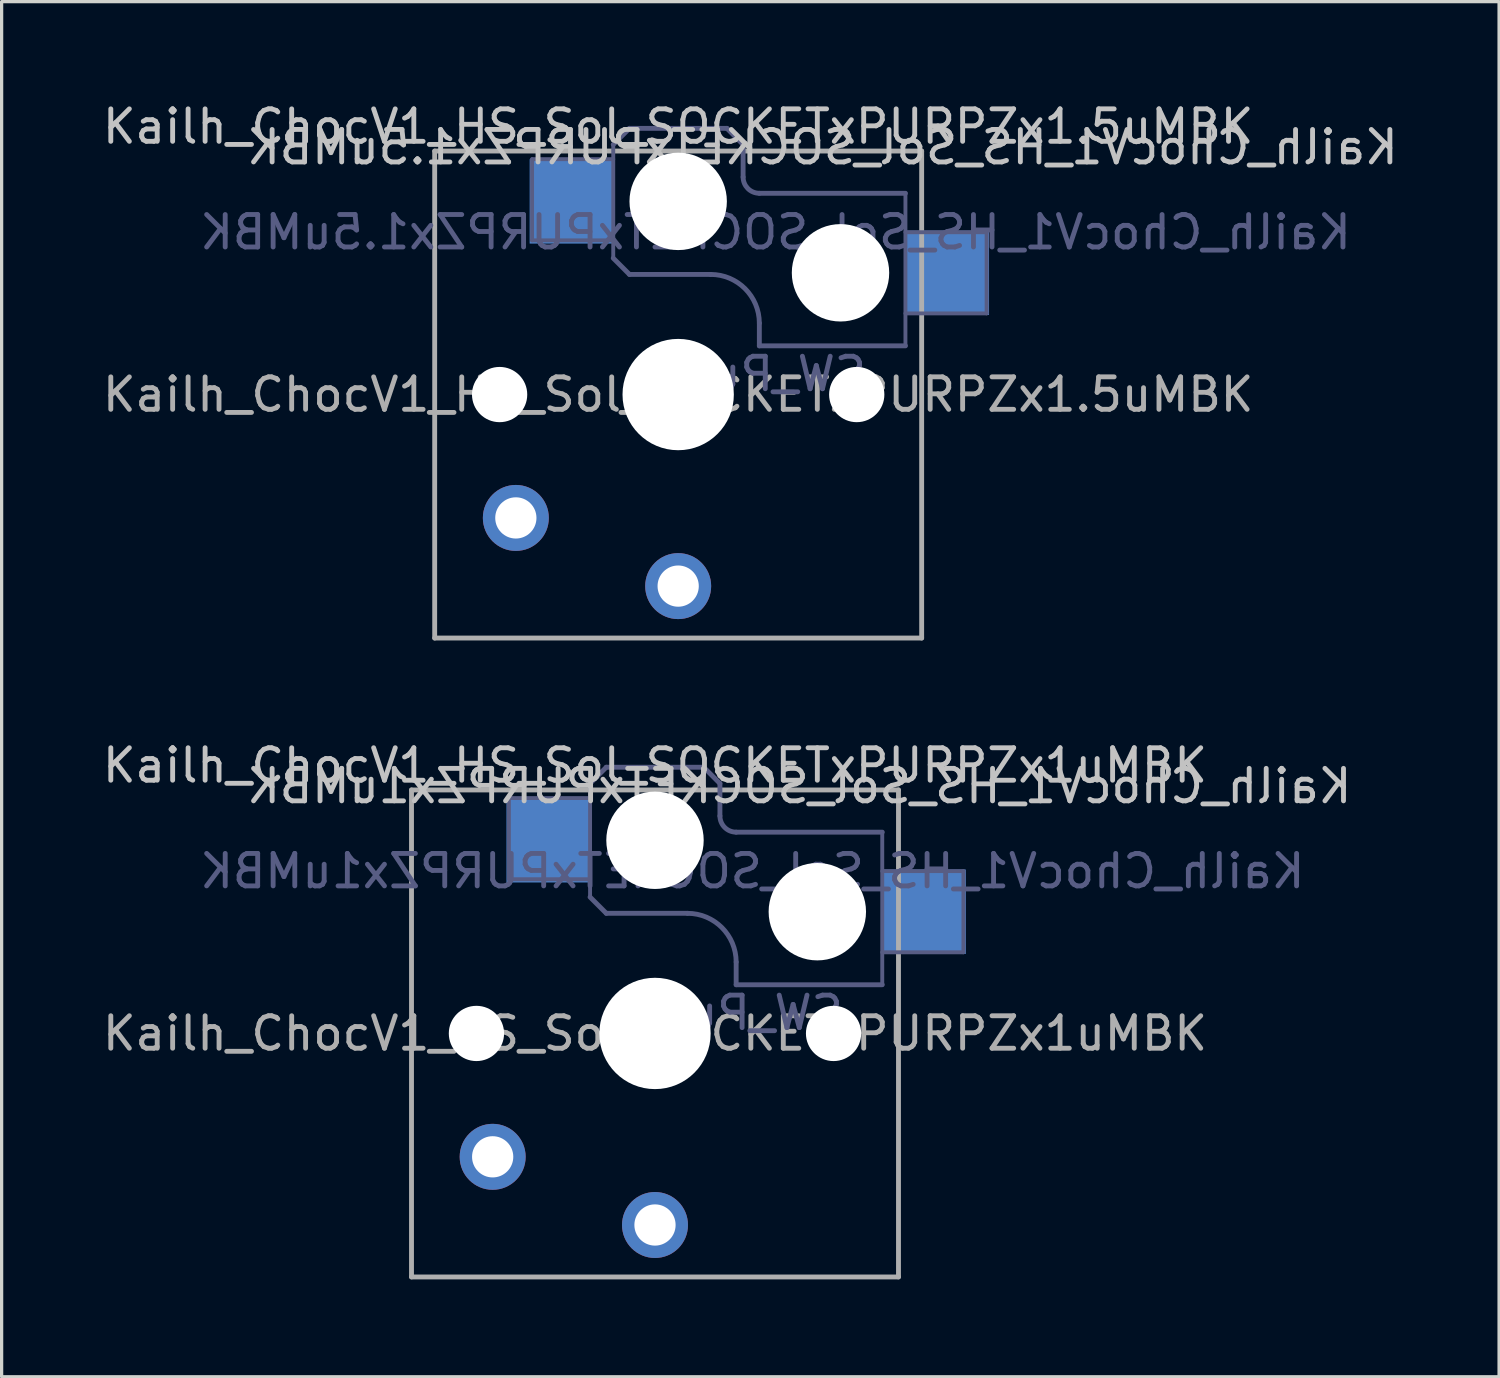
<source format=kicad_pcb>
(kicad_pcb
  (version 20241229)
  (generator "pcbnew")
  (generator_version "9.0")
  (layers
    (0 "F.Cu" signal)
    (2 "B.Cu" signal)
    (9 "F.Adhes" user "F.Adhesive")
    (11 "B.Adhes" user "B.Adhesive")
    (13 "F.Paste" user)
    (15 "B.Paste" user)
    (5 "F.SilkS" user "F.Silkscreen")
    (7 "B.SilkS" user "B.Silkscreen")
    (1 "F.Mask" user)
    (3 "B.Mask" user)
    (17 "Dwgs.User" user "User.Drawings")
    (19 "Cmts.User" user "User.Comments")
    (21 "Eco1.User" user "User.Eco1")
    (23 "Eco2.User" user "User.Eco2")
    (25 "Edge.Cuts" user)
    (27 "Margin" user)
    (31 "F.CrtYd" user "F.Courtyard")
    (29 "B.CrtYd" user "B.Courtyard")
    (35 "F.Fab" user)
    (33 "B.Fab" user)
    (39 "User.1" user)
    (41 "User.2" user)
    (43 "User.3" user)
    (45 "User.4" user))
  (footprint "Kailh_ChocV1_HS_Sol_SOCKETxPURPZx1uMBK"
    (layer "F.Cu")
    (at 17.125 28.782)
    (property "Reference" "Kailh_ChocV1_HS_Sol_SOCKETxPURPZx1uMBK" (at 0 -8.255 180) (layer "Dwgs.User") (effects (font (size 1 1) (thickness 0.15))))
    (property "Value" "SW_Push" (at -0.087 7.536 180) (layer "F.Fab") (hide yes) (effects (font (size 1 1) (thickness 0.15))))
    (attr through_hole)
    (fp_line (start -6.9 6.9) (end -6.9 -6.9) (stroke (width 0.15) (type solid)) (layer "Eco2.User"))
    (fp_line (start -6.9 6.9) (end 6.9 6.9) (stroke (width 0.15) (type solid)) (layer "Eco2.User"))
    (fp_line (start -2.6 -3.1) (end -2.6 -6.3) (stroke (width 0.15) (type solid)) (layer "Eco2.User"))
    (fp_line (start -2.6 -3.1) (end 2.6 -3.1) (stroke (width 0.15) (type solid)) (layer "Eco2.User"))
    (fp_line (start 2.6 -6.3) (end -2.6 -6.3) (stroke (width 0.15) (type solid)) (layer "Eco2.User"))
    (fp_line (start 2.6 -3.1) (end 2.6 -6.3) (stroke (width 0.15) (type solid)) (layer "Eco2.User"))
    (fp_line (start 6.9 -6.9) (end -6.9 -6.9) (stroke (width 0.15) (type solid)) (layer "Eco2.User"))
    (fp_line (start 6.9 -6.9) (end 6.9 6.9) (stroke (width 0.15) (type solid)) (layer "Eco2.User"))
    (fp_line (start -4.5 -7.25) (end -2 -7.25) (stroke (width 0.12) (type solid)) (layer "B.Fab"))
    (fp_line (start -4.5 -4.75) (end -4.5 -7.25) (stroke (width 0.12) (type solid)) (layer "B.Fab"))
    (fp_line (start -2 -7.7) (end -1.5 -8.2) (stroke (width 0.15) (type solid)) (layer "B.Fab"))
    (fp_line (start -2 -4.75) (end -4.5 -4.75) (stroke (width 0.12) (type solid)) (layer "B.Fab"))
    (fp_line (start -2 -4.25) (end -2 -7.7) (stroke (width 0.12) (type solid)) (layer "B.Fab"))
    (fp_line (start -2 -4.2) (end -1.5 -3.7) (stroke (width 0.15) (type solid)) (layer "B.Fab"))
    (fp_line (start -1.5 -8.2) (end 1.5 -8.2) (stroke (width 0.15) (type solid)) (layer "B.Fab"))
    (fp_line (start -1.5 -3.7) (end 1 -3.7) (stroke (width 0.15) (type solid)) (layer "B.Fab"))
    (fp_line (start 1.5 -8.2) (end 2 -7.7) (stroke (width 0.15) (type solid)) (layer "B.Fab"))
    (fp_line (start 2 -6.7) (end 2 -7.7) (stroke (width 0.15) (type solid)) (layer "B.Fab"))
    (fp_line (start 2.5 -2.2) (end 2.5 -1.5) (stroke (width 0.15) (type solid)) (layer "B.Fab"))
    (fp_line (start 2.5 -1.5) (end 7 -1.5) (stroke (width 0.15) (type solid)) (layer "B.Fab"))
    (fp_line (start 7 -6.2) (end 2.5 -6.2) (stroke (width 0.15) (type solid)) (layer "B.Fab"))
    (fp_line (start 7 -5) (end 9.5 -5) (stroke (width 0.12) (type solid)) (layer "B.Fab"))
    (fp_line (start 7 -1.5) (end 7 -6.2) (stroke (width 0.12) (type solid)) (layer "B.Fab"))
    (fp_line (start 9.5 -5) (end 9.5 -2.5) (stroke (width 0.12) (type solid)) (layer "B.Fab"))
    (fp_line (start 9.5 -2.5) (end 7 -2.5) (stroke (width 0.12) (type solid)) (layer "B.Fab"))
    (fp_arc (start 1 -3.7) (mid 2.06066 -3.26066) (end 2.5 -2.2) (stroke (width 0.15) (type solid)) (layer "B.Fab"))
    (fp_arc (start 2.5 -6.2) (mid 2.146447 -6.346447) (end 2 -6.7) (stroke (width 0.15) (type solid)) (layer "B.Fab"))
    (fp_line (start -7.5 -7.5) (end 7.5 -7.5) (stroke (width 0.15) (type solid)) (layer "F.Fab"))
    (fp_line (start -7.5 7.5) (end -7.5 -7.5) (stroke (width 0.15) (type solid)) (layer "F.Fab"))
    (fp_line (start 7.5 -7.5) (end 7.5 7.5) (stroke (width 0.15) (type solid)) (layer "F.Fab"))
    (fp_line (start 7.5 7.5) (end -7.5 7.5) (stroke (width 0.15) (type solid)) (layer "F.Fab"))
    (fp_text user "${REFERENCE}" (at 4.445 -7.62 180) (layer "Dwgs.User") (effects (font (size 1 1) (thickness 0.15)) (justify mirror)))
    (fp_text user "${REFERENCE}" (at 3 -5 180) (layer "B.Fab") (effects (font (size 1 1) (thickness 0.15)) (justify mirror)))
    (fp_text user "${VALUE}" (at 2.54 -0.635 180) (layer "B.Fab") (effects (font (size 1 1) (thickness 0.15)) (justify mirror)))
    (fp_text user "${REFERENCE}" (at 0 0 180) (layer "F.Fab") (effects (font (size 1 1) (thickness 0.15))))
    (pad "" np_thru_hole circle (at -5.5 0) (size 1.702 1.702) (drill 1.702) (layers "*.Cu" "*.Mask"))
    (pad "" np_thru_hole circle (at 0 -5.95) (size 3 3) (drill 3) (layers "*.Cu" "*.Mask"))
    (pad "" np_thru_hole circle (at 0 0) (size 3.429 3.429) (drill 3.429) (layers "*.Cu" "*.Mask"))
    (pad "" np_thru_hole circle (at 5 -3.75) (size 3 3) (drill 3) (layers "*.Cu" "*.Mask"))
    (pad "" np_thru_hole circle (at 5.5 0) (size 1.702 1.702) (drill 1.702) (layers "*.Cu" "*.Mask"))
    (pad "1" thru_hole circle (at 0 5.9) (size 2.032 2.032) (drill 1.27) (layers "*.Cu" "*.Mask"))
    (pad "1" smd rect (at 8.275 -3.75) (size 2.6 2.6) (layers "B.Cu" "B.Mask" "B.Paste"))
    (pad "2" thru_hole circle (at -5 3.8) (size 2.032 2.032) (drill 1.27) (layers "*.Cu" "*.Mask"))
    (pad "2" smd rect (at -3.275 -5.95) (size 2.6 2.6) (layers "B.Cu" "B.Mask" "B.Paste")))
  (footprint "Kailh_ChocV1_HS_Sol_SOCKETxPURPZx1.5uMBK"
    (layer "F.Cu")
    (at 17.839 9.103)
    (property "Reference" "Kailh_ChocV1_HS_Sol_SOCKETxPURPZx1.5uMBK" (at 0 -8.255 180) (layer "Dwgs.User") (effects (font (size 1 1) (thickness 0.15))))
    (property "Value" "SW_Push" (at -0.087 7.536 180) (layer "F.Fab") (hide yes) (effects (font (size 1 1) (thickness 0.15))))
    (attr through_hole)
    (fp_line (start -6.9 6.9) (end -6.9 -6.9) (stroke (width 0.15) (type solid)) (layer "Eco2.User"))
    (fp_line (start -6.9 6.9) (end 6.9 6.9) (stroke (width 0.15) (type solid)) (layer "Eco2.User"))
    (fp_line (start -2.6 -3.1) (end -2.6 -6.3) (stroke (width 0.15) (type solid)) (layer "Eco2.User"))
    (fp_line (start -2.6 -3.1) (end 2.6 -3.1) (stroke (width 0.15) (type solid)) (layer "Eco2.User"))
    (fp_line (start 2.6 -6.3) (end -2.6 -6.3) (stroke (width 0.15) (type solid)) (layer "Eco2.User"))
    (fp_line (start 2.6 -3.1) (end 2.6 -6.3) (stroke (width 0.15) (type solid)) (layer "Eco2.User"))
    (fp_line (start 6.9 -6.9) (end -6.9 -6.9) (stroke (width 0.15) (type solid)) (layer "Eco2.User"))
    (fp_line (start 6.9 -6.9) (end 6.9 6.9) (stroke (width 0.15) (type solid)) (layer "Eco2.User"))
    (fp_line (start -4.5 -7.25) (end -2 -7.25) (stroke (width 0.12) (type solid)) (layer "B.Fab"))
    (fp_line (start -4.5 -4.75) (end -4.5 -7.25) (stroke (width 0.12) (type solid)) (layer "B.Fab"))
    (fp_line (start -2 -7.7) (end -1.5 -8.2) (stroke (width 0.15) (type solid)) (layer "B.Fab"))
    (fp_line (start -2 -4.75) (end -4.5 -4.75) (stroke (width 0.12) (type solid)) (layer "B.Fab"))
    (fp_line (start -2 -4.25) (end -2 -7.7) (stroke (width 0.12) (type solid)) (layer "B.Fab"))
    (fp_line (start -2 -4.2) (end -1.5 -3.7) (stroke (width 0.15) (type solid)) (layer "B.Fab"))
    (fp_line (start -1.5 -8.2) (end 1.5 -8.2) (stroke (width 0.15) (type solid)) (layer "B.Fab"))
    (fp_line (start -1.5 -3.7) (end 1 -3.7) (stroke (width 0.15) (type solid)) (layer "B.Fab"))
    (fp_line (start 1.5 -8.2) (end 2 -7.7) (stroke (width 0.15) (type solid)) (layer "B.Fab"))
    (fp_line (start 2 -6.7) (end 2 -7.7) (stroke (width 0.15) (type solid)) (layer "B.Fab"))
    (fp_line (start 2.5 -2.2) (end 2.5 -1.5) (stroke (width 0.15) (type solid)) (layer "B.Fab"))
    (fp_line (start 2.5 -1.5) (end 7 -1.5) (stroke (width 0.15) (type solid)) (layer "B.Fab"))
    (fp_line (start 7 -6.2) (end 2.5 -6.2) (stroke (width 0.15) (type solid)) (layer "B.Fab"))
    (fp_line (start 7 -5) (end 9.5 -5) (stroke (width 0.12) (type solid)) (layer "B.Fab"))
    (fp_line (start 7 -1.5) (end 7 -6.2) (stroke (width 0.12) (type solid)) (layer "B.Fab"))
    (fp_line (start 9.5 -5) (end 9.5 -2.5) (stroke (width 0.12) (type solid)) (layer "B.Fab"))
    (fp_line (start 9.5 -2.5) (end 7 -2.5) (stroke (width 0.12) (type solid)) (layer "B.Fab"))
    (fp_arc (start 1 -3.7) (mid 2.06066 -3.26066) (end 2.5 -2.2) (stroke (width 0.15) (type solid)) (layer "B.Fab"))
    (fp_arc (start 2.5 -6.2) (mid 2.146447 -6.346447) (end 2 -6.7) (stroke (width 0.15) (type solid)) (layer "B.Fab"))
    (fp_line (start -7.5 -7.5) (end 7.5 -7.5) (stroke (width 0.15) (type solid)) (layer "F.Fab"))
    (fp_line (start -7.5 7.5) (end -7.5 -7.5) (stroke (width 0.15) (type solid)) (layer "F.Fab"))
    (fp_line (start 7.5 -7.5) (end 7.5 7.5) (stroke (width 0.15) (type solid)) (layer "F.Fab"))
    (fp_line (start 7.5 7.5) (end -7.5 7.5) (stroke (width 0.15) (type solid)) (layer "F.Fab"))
    (fp_text user "${REFERENCE}" (at 4.445 -7.62 180) (layer "Dwgs.User") (effects (font (size 1 1) (thickness 0.15)) (justify mirror)))
    (fp_text user "${VALUE}" (at 2.54 -0.635 180) (layer "B.Fab") (effects (font (size 1 1) (thickness 0.15)) (justify mirror)))
    (fp_text user "${REFERENCE}" (at 3 -5 180) (layer "B.Fab") (effects (font (size 1 1) (thickness 0.15)) (justify mirror)))
    (fp_text user "${REFERENCE}" (at 0 0 180) (layer "F.Fab") (effects (font (size 1 1) (thickness 0.15))))
    (pad "" np_thru_hole circle (at -5.5 0) (size 1.702 1.702) (drill 1.702) (layers "*.Cu" "*.Mask"))
    (pad "" np_thru_hole circle (at 0 -5.95) (size 3 3) (drill 3) (layers "*.Cu" "*.Mask"))
    (pad "" np_thru_hole circle (at 0 0) (size 3.429 3.429) (drill 3.429) (layers "*.Cu" "*.Mask"))
    (pad "" np_thru_hole circle (at 5 -3.75) (size 3 3) (drill 3) (layers "*.Cu" "*.Mask"))
    (pad "" np_thru_hole circle (at 5.5 0) (size 1.702 1.702) (drill 1.702) (layers "*.Cu" "*.Mask"))
    (pad "1" thru_hole circle (at 0 5.9) (size 2.032 2.032) (drill 1.27) (layers "*.Cu" "*.Mask"))
    (pad "1" smd rect (at 8.275 -3.75) (size 2.6 2.6) (layers "B.Cu" "B.Mask" "B.Paste"))
    (pad "2" thru_hole circle (at -5 3.8) (size 2.032 2.032) (drill 1.27) (layers "*.Cu" "*.Mask"))
    (pad "2" smd rect (at -3.275 -5.95) (size 2.6 2.6) (layers "B.Cu" "B.Mask" "B.Paste")))
  (gr_rect
    (start -3 -3)
    (end 43.124 39.356)
    (stroke (width 0.1) (type default))
    (fill no)
    (layer "Edge.Cuts")))
</source>
